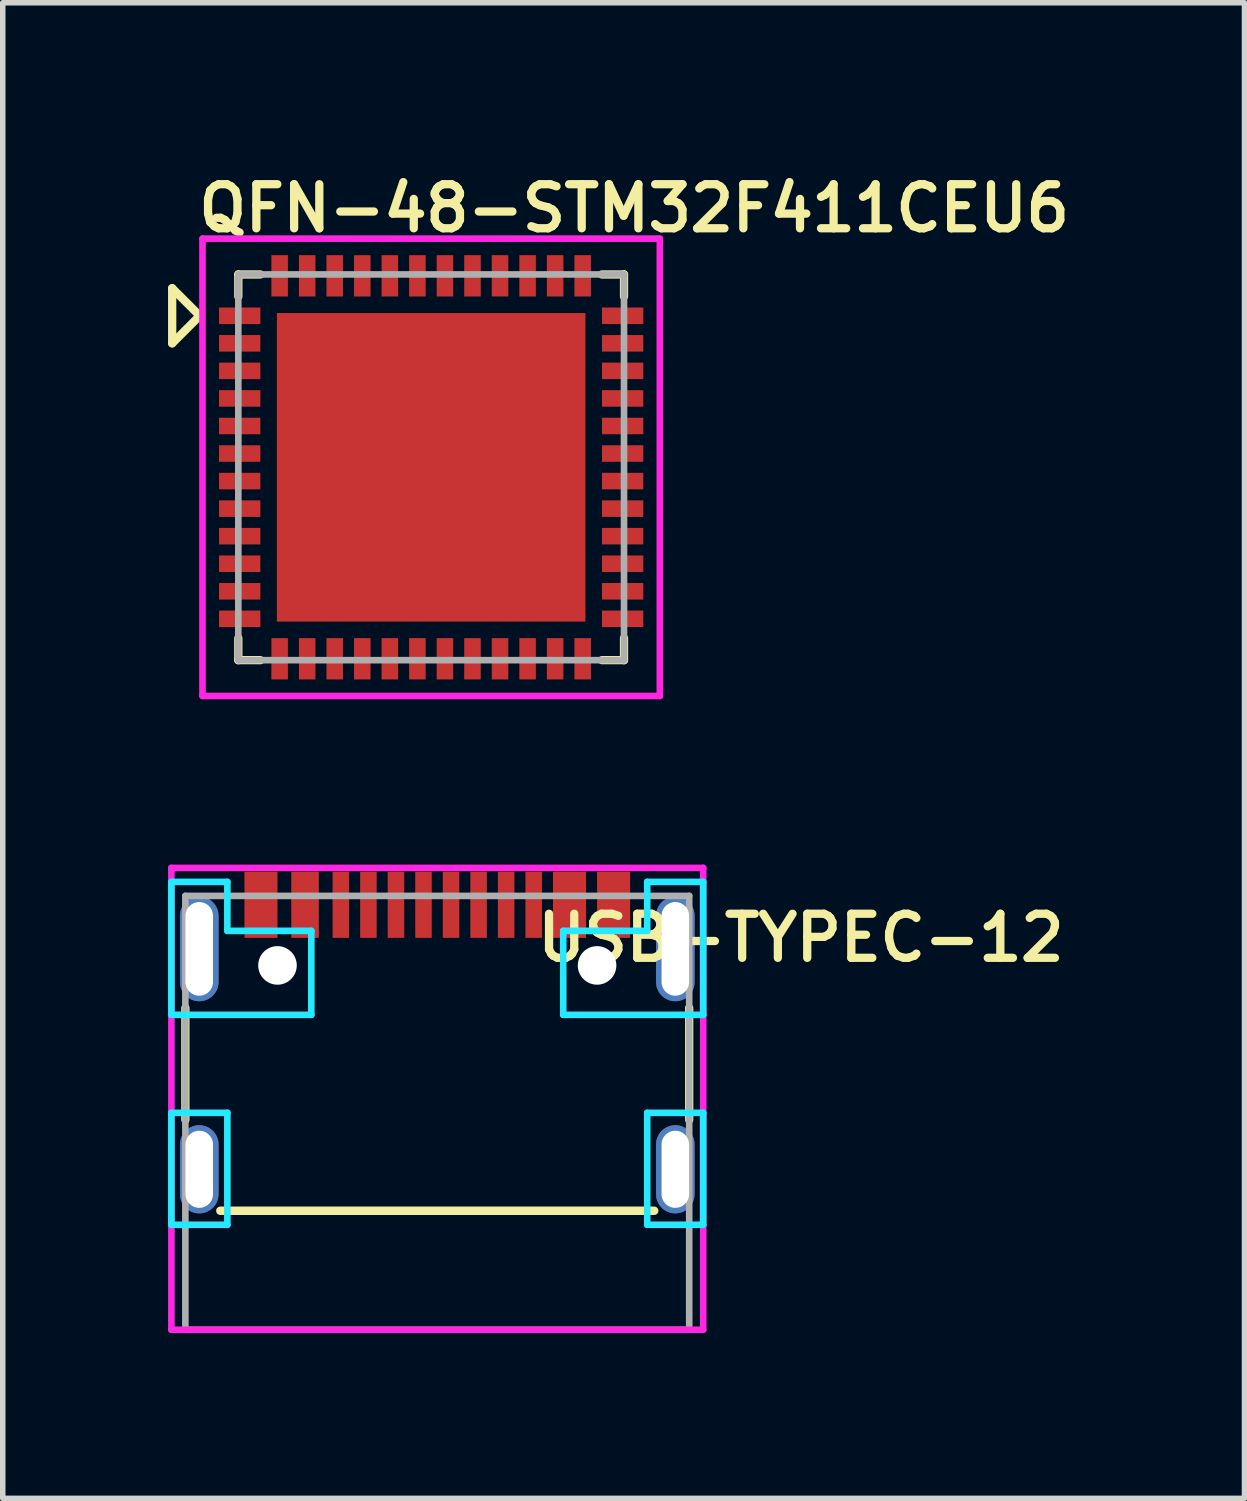
<source format=kicad_pcb>
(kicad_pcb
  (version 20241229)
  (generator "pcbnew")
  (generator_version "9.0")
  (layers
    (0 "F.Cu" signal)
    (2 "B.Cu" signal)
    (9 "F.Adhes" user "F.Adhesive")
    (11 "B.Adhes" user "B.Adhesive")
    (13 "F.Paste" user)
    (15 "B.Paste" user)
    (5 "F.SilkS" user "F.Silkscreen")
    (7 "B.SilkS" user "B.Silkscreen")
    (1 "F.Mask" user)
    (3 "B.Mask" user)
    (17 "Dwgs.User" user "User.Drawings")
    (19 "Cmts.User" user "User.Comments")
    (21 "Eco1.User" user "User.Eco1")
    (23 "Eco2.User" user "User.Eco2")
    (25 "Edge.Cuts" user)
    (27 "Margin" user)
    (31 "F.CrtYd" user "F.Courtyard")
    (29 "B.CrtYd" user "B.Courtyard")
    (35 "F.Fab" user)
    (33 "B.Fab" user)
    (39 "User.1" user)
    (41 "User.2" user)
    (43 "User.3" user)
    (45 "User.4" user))
  (footprint "QFN-48-STM32F411CEU6"
    (layer "F.Cu")
    (at 4.775 5.431)
    (property "Reference" "QFN-48-STM32F411CEU6" (at -4.3 -4.7 0) (layer "F.SilkS") (effects (font (size 0.8 0.8) (thickness 0.15)) (justify left)))
    (attr smd)
    (fp_line (start -4.7 -3.25) (end -4.7 -2.25) (stroke (width 0.15) (type solid)) (layer "F.SilkS"))
    (fp_line (start -4.2 -2.75) (end -4.7 -3.25) (stroke (width 0.15) (type solid)) (layer "F.SilkS"))
    (fp_line (start -4.2 -2.75) (end -4.7 -2.25) (stroke (width 0.15) (type solid)) (layer "F.SilkS"))
    (fp_line (start -3.5 -3.5) (end -3.1 -3.5) (stroke (width 0.15) (type solid)) (layer "F.SilkS"))
    (fp_line (start -3.5 -3.1) (end -3.5 -3.5) (stroke (width 0.15) (type solid)) (layer "F.SilkS"))
    (fp_line (start -3.5 3.5) (end -3.5 3.1) (stroke (width 0.15) (type solid)) (layer "F.SilkS"))
    (fp_line (start -3.1 3.5) (end -3.5 3.5) (stroke (width 0.15) (type solid)) (layer "F.SilkS"))
    (fp_line (start 3.1 -3.5) (end 3.5 -3.5) (stroke (width 0.15) (type solid)) (layer "F.SilkS"))
    (fp_line (start 3.5 -3.5) (end 3.5 -3.1) (stroke (width 0.15) (type solid)) (layer "F.SilkS"))
    (fp_line (start 3.5 3.1) (end 3.5 3.5) (stroke (width 0.15) (type solid)) (layer "F.SilkS"))
    (fp_line (start 3.5 3.5) (end 3.1 3.5) (stroke (width 0.15) (type solid)) (layer "F.SilkS"))
    (fp_poly (pts (xy -0.5 -0.5) (xy -0.5 -2.2) (xy -2.2 -2.2) (xy -2.2 -0.5)) (stroke (width 0.1) (type solid)) (fill yes) (layer "F.Paste"))
    (fp_poly (pts (xy -0.5 0.5) (xy -0.5 2.2) (xy -2.2 2.2) (xy -2.2 0.5)) (stroke (width 0.1) (type solid)) (fill yes) (layer "F.Paste"))
    (fp_poly (pts (xy 0.5 -0.5) (xy 0.5 -2.2) (xy 2.2 -2.2) (xy 2.2 -0.5)) (stroke (width 0.1) (type solid)) (fill yes) (layer "F.Paste"))
    (fp_poly (pts (xy 0.5 0.5) (xy 0.5 2.2) (xy 2.2 2.2) (xy 2.2 0.5)) (stroke (width 0.1) (type solid)) (fill yes) (layer "F.Paste"))
    (fp_line (start -4.15 -4.15) (end 4.15 -4.15) (stroke (width 0.12) (type solid)) (layer "F.CrtYd"))
    (fp_line (start -4.15 4.15) (end -4.15 -4.15) (stroke (width 0.12) (type solid)) (layer "F.CrtYd"))
    (fp_line (start 4.15 -4.15) (end 4.15 4.15) (stroke (width 0.12) (type solid)) (layer "F.CrtYd"))
    (fp_line (start 4.15 4.15) (end -4.15 4.15) (stroke (width 0.12) (type solid)) (layer "F.CrtYd"))
    (fp_line (start -3.5 -3.5) (end -3.5 3.5) (stroke (width 0.12) (type solid)) (layer "F.Fab"))
    (fp_line (start -3.5 3.5) (end 3.5 3.5) (stroke (width 0.12) (type solid)) (layer "F.Fab"))
    (fp_line (start 3.5 -3.5) (end -3.5 -3.5) (stroke (width 0.12) (type solid)) (layer "F.Fab"))
    (fp_line (start 3.5 3.5) (end 3.5 -3.5) (stroke (width 0.12) (type solid)) (layer "F.Fab"))
    (pad "1" smd rect (at -3.475 -2.75) (size 0.75 0.3) (layers "F.Cu" "F.Mask" "F.Paste"))
    (pad "2" smd rect (at -3.475 -2.25) (size 0.75 0.3) (layers "F.Cu" "F.Mask" "F.Paste"))
    (pad "3" smd rect (at -3.475 -1.75) (size 0.75 0.3) (layers "F.Cu" "F.Mask" "F.Paste"))
    (pad "4" smd rect (at -3.475 -1.25) (size 0.75 0.3) (layers "F.Cu" "F.Mask" "F.Paste"))
    (pad "5" smd rect (at -3.475 -0.75) (size 0.75 0.3) (layers "F.Cu" "F.Mask" "F.Paste"))
    (pad "6" smd rect (at -3.475 -0.25) (size 0.75 0.3) (layers "F.Cu" "F.Mask" "F.Paste"))
    (pad "7" smd rect (at -3.475 0.25) (size 0.75 0.3) (layers "F.Cu" "F.Mask" "F.Paste"))
    (pad "8" smd rect (at -3.475 0.75) (size 0.75 0.3) (layers "F.Cu" "F.Mask" "F.Paste"))
    (pad "9" smd rect (at -3.475 1.25) (size 0.75 0.3) (layers "F.Cu" "F.Mask" "F.Paste"))
    (pad "10" smd rect (at -3.475 1.75) (size 0.75 0.3) (layers "F.Cu" "F.Mask" "F.Paste"))
    (pad "11" smd rect (at -3.475 2.25) (size 0.75 0.3) (layers "F.Cu" "F.Mask" "F.Paste"))
    (pad "12" smd rect (at -3.475 2.75) (size 0.75 0.3) (layers "F.Cu" "F.Mask" "F.Paste"))
    (pad "13" smd rect (at -2.75 3.475 90) (size 0.75 0.3) (layers "F.Cu" "F.Mask" "F.Paste"))
    (pad "14" smd rect (at -2.25 3.475 90) (size 0.75 0.3) (layers "F.Cu" "F.Mask" "F.Paste"))
    (pad "15" smd rect (at -1.75 3.475 90) (size 0.75 0.3) (layers "F.Cu" "F.Mask" "F.Paste"))
    (pad "16" smd rect (at -1.25 3.475 90) (size 0.75 0.3) (layers "F.Cu" "F.Mask" "F.Paste"))
    (pad "17" smd rect (at -0.75 3.475 90) (size 0.75 0.3) (layers "F.Cu" "F.Mask" "F.Paste"))
    (pad "18" smd rect (at -0.25 3.475 90) (size 0.75 0.3) (layers "F.Cu" "F.Mask" "F.Paste"))
    (pad "19" smd rect (at 0.25 3.475 90) (size 0.75 0.3) (layers "F.Cu" "F.Mask" "F.Paste"))
    (pad "20" smd rect (at 0.75 3.475 90) (size 0.75 0.3) (layers "F.Cu" "F.Mask" "F.Paste"))
    (pad "21" smd rect (at 1.25 3.475 90) (size 0.75 0.3) (layers "F.Cu" "F.Mask" "F.Paste"))
    (pad "22" smd rect (at 1.75 3.475 90) (size 0.75 0.3) (layers "F.Cu" "F.Mask" "F.Paste"))
    (pad "23" smd rect (at 2.25 3.475 90) (size 0.75 0.3) (layers "F.Cu" "F.Mask" "F.Paste"))
    (pad "24" smd rect (at 2.75 3.475 90) (size 0.75 0.3) (layers "F.Cu" "F.Mask" "F.Paste"))
    (pad "25" smd rect (at 3.475 2.75 180) (size 0.75 0.3) (layers "F.Cu" "F.Mask" "F.Paste"))
    (pad "26" smd rect (at 3.475 2.25 180) (size 0.75 0.3) (layers "F.Cu" "F.Mask" "F.Paste"))
    (pad "27" smd rect (at 3.475 1.75 180) (size 0.75 0.3) (layers "F.Cu" "F.Mask" "F.Paste"))
    (pad "28" smd rect (at 3.475 1.25 180) (size 0.75 0.3) (layers "F.Cu" "F.Mask" "F.Paste"))
    (pad "29" smd rect (at 3.475 0.75 180) (size 0.75 0.3) (layers "F.Cu" "F.Mask" "F.Paste"))
    (pad "30" smd rect (at 3.475 0.25 180) (size 0.75 0.3) (layers "F.Cu" "F.Mask" "F.Paste"))
    (pad "31" smd rect (at 3.475 -0.25 180) (size 0.75 0.3) (layers "F.Cu" "F.Mask" "F.Paste"))
    (pad "32" smd rect (at 3.475 -0.75 180) (size 0.75 0.3) (layers "F.Cu" "F.Mask" "F.Paste"))
    (pad "33" smd rect (at 3.475 -1.25 180) (size 0.75 0.3) (layers "F.Cu" "F.Mask" "F.Paste"))
    (pad "34" smd rect (at 3.475 -1.75 180) (size 0.75 0.3) (layers "F.Cu" "F.Mask" "F.Paste"))
    (pad "35" smd rect (at 3.475 -2.25 180) (size 0.75 0.3) (layers "F.Cu" "F.Mask" "F.Paste"))
    (pad "36" smd rect (at 3.475 -2.75 180) (size 0.75 0.3) (layers "F.Cu" "F.Mask" "F.Paste"))
    (pad "37" smd rect (at 2.75 -3.475 270) (size 0.75 0.3) (layers "F.Cu" "F.Mask" "F.Paste"))
    (pad "38" smd rect (at 2.25 -3.475 270) (size 0.75 0.3) (layers "F.Cu" "F.Mask" "F.Paste"))
    (pad "39" smd rect (at 1.75 -3.475 270) (size 0.75 0.3) (layers "F.Cu" "F.Mask" "F.Paste"))
    (pad "40" smd rect (at 1.25 -3.475 270) (size 0.75 0.3) (layers "F.Cu" "F.Mask" "F.Paste"))
    (pad "41" smd rect (at 0.75 -3.475 270) (size 0.75 0.3) (layers "F.Cu" "F.Mask" "F.Paste"))
    (pad "42" smd rect (at 0.25 -3.475 270) (size 0.75 0.3) (layers "F.Cu" "F.Mask" "F.Paste"))
    (pad "43" smd rect (at -0.25 -3.475 270) (size 0.75 0.3) (layers "F.Cu" "F.Mask" "F.Paste"))
    (pad "44" smd rect (at -0.75 -3.475 270) (size 0.75 0.3) (layers "F.Cu" "F.Mask" "F.Paste"))
    (pad "45" smd rect (at -1.25 -3.475 270) (size 0.75 0.3) (layers "F.Cu" "F.Mask" "F.Paste"))
    (pad "46" smd rect (at -1.75 -3.475 270) (size 0.75 0.3) (layers "F.Cu" "F.Mask" "F.Paste"))
    (pad "47" smd rect (at -2.25 -3.475 270) (size 0.75 0.3) (layers "F.Cu" "F.Mask" "F.Paste"))
    (pad "48" smd rect (at -2.75 -3.475 270) (size 0.75 0.3) (layers "F.Cu" "F.Mask" "F.Paste"))
    (pad "49" smd rect (at 0 0) (size 5.6 5.6) (layers "F.Cu" "F.Mask")))
  (footprint "USB-TYPEC-12"
    (layer "F.Cu")
    (at 4.886 13.971)
    (property "Reference" "USB-TYPEC-12" (at 6.6 0 0) (layer "F.SilkS") (effects (font (size 0.8 0.8) (thickness 0.15))))
    (attr through_hole)
    (fp_line (start -4.572 1.27) (end -4.572 3.302) (stroke (width 0.15) (type solid)) (layer "F.SilkS"))
    (fp_line (start -3.937 4.953) (end 3.937 4.953) (stroke (width 0.153) (type solid)) (layer "F.SilkS"))
    (fp_line (start 4.572 3.302) (end 4.572 1.27) (stroke (width 0.15) (type solid)) (layer "F.SilkS"))
    (fp_line (start -4.826 -1.016) (end -3.81 -1.016) (stroke (width 0.12) (type solid)) (layer "B.CrtYd"))
    (fp_line (start -4.826 1.397) (end -4.826 -1.016) (stroke (width 0.12) (type solid)) (layer "B.CrtYd"))
    (fp_line (start -4.826 3.175) (end -3.81 3.175) (stroke (width 0.12) (type solid)) (layer "B.CrtYd"))
    (fp_line (start -4.826 5.207) (end -4.826 3.175) (stroke (width 0.12) (type solid)) (layer "B.CrtYd"))
    (fp_line (start -3.81 -1.016) (end -3.81 -0.127) (stroke (width 0.12) (type solid)) (layer "B.CrtYd"))
    (fp_line (start -3.81 -0.127) (end -2.286 -0.127) (stroke (width 0.12) (type solid)) (layer "B.CrtYd"))
    (fp_line (start -3.81 3.175) (end -3.81 5.207) (stroke (width 0.12) (type solid)) (layer "B.CrtYd"))
    (fp_line (start -3.81 5.207) (end -4.826 5.207) (stroke (width 0.12) (type solid)) (layer "B.CrtYd"))
    (fp_line (start -2.286 -0.127) (end -2.286 1.397) (stroke (width 0.12) (type solid)) (layer "B.CrtYd"))
    (fp_line (start -2.286 1.397) (end -4.826 1.397) (stroke (width 0.12) (type solid)) (layer "B.CrtYd"))
    (fp_line (start 2.286 -0.127) (end 2.286 1.397) (stroke (width 0.12) (type solid)) (layer "B.CrtYd"))
    (fp_line (start 2.286 1.397) (end 4.826 1.397) (stroke (width 0.12) (type solid)) (layer "B.CrtYd"))
    (fp_line (start 3.81 -1.016) (end 3.81 -0.127) (stroke (width 0.12) (type solid)) (layer "B.CrtYd"))
    (fp_line (start 3.81 -0.127) (end 2.286 -0.127) (stroke (width 0.12) (type solid)) (layer "B.CrtYd"))
    (fp_line (start 3.81 3.175) (end 4.826 3.175) (stroke (width 0.12) (type solid)) (layer "B.CrtYd"))
    (fp_line (start 3.81 5.207) (end 3.81 3.175) (stroke (width 0.12) (type solid)) (layer "B.CrtYd"))
    (fp_line (start 4.826 -1.016) (end 3.81 -1.016) (stroke (width 0.12) (type solid)) (layer "B.CrtYd"))
    (fp_line (start 4.826 -1.016) (end 4.826 1.397) (stroke (width 0.12) (type solid)) (layer "B.CrtYd"))
    (fp_line (start 4.826 3.175) (end 4.826 5.207) (stroke (width 0.12) (type solid)) (layer "B.CrtYd"))
    (fp_line (start 4.826 5.207) (end 3.81 5.207) (stroke (width 0.12) (type solid)) (layer "B.CrtYd"))
    (fp_line (start -4.826 -1.27) (end 4.826 -1.27) (stroke (width 0.12) (type solid)) (layer "F.CrtYd"))
    (fp_line (start -4.826 7.112) (end -4.826 -1.27) (stroke (width 0.12) (type solid)) (layer "F.CrtYd"))
    (fp_line (start 4.826 -1.27) (end 4.826 7.112) (stroke (width 0.12) (type solid)) (layer "F.CrtYd"))
    (fp_line (start 4.826 7.112) (end -4.826 7.112) (stroke (width 0.12) (type solid)) (layer "F.CrtYd"))
    (fp_line (start -4.572 -0.762) (end -4.572 7.112) (stroke (width 0.12) (type solid)) (layer "F.Fab"))
    (fp_line (start -4.572 7.112) (end 4.572 7.112) (stroke (width 0.12) (type solid)) (layer "F.Fab"))
    (fp_line (start 4.572 -0.762) (end -4.572 -0.762) (stroke (width 0.12) (type solid)) (layer "F.Fab"))
    (fp_line (start 4.572 -0.762) (end 4.572 7.112) (stroke (width 0.12) (type solid)) (layer "F.Fab"))
    (pad "" np_thru_hole circle (at -2.9 0.5) (size 0.7 0.7) (drill 0.7) (layers "*.Cu" "*.Mask"))
    (pad "" np_thru_hole circle (at 2.9 0.5 180) (size 0.7 0.7) (drill 0.7) (layers "*.Cu" "*.Mask"))
    (pad "1" smd rect (at -3.2 -0.6) (size 0.6 1.2) (layers "F.Cu" "F.Mask" "F.Paste"))
    (pad "2" smd rect (at -2.4 -0.6) (size 0.5 1.2) (layers "F.Cu" "F.Mask" "F.Paste"))
    (pad "3" smd rect (at -1.75 -0.6) (size 0.3 1.2) (layers "F.Cu" "F.Mask" "F.Paste"))
    (pad "4" smd rect (at -1.25 -0.6) (size 0.3 1.2) (layers "F.Cu" "F.Mask" "F.Paste"))
    (pad "5" smd rect (at -0.75 -0.6) (size 0.3 1.2) (layers "F.Cu" "F.Mask" "F.Paste"))
    (pad "6" smd rect (at -0.25 -0.6) (size 0.3 1.2) (layers "F.Cu" "F.Mask" "F.Paste"))
    (pad "7" smd rect (at 0.25 -0.6) (size 0.3 1.2) (layers "F.Cu" "F.Mask" "F.Paste"))
    (pad "8" smd rect (at 0.75 -0.6) (size 0.3 1.2) (layers "F.Cu" "F.Mask" "F.Paste"))
    (pad "9" smd rect (at 1.25 -0.6) (size 0.3 1.2) (layers "F.Cu" "F.Mask" "F.Paste"))
    (pad "10" smd rect (at 1.75 -0.6) (size 0.3 1.2) (layers "F.Cu" "F.Mask" "F.Paste"))
    (pad "11" smd rect (at 2.4 -0.6 180) (size 0.6 1.2) (layers "F.Cu" "F.Mask" "F.Paste"))
    (pad "12" smd rect (at 3.2 -0.6 180) (size 0.6 1.2) (layers "F.Cu" "F.Mask" "F.Paste"))
    (pad "13" thru_hole oval (at -4.32 0.2) (size 0.7 1.9) (drill oval 0.5 1.7) (layers "*.Cu" "*.Mask"))
    (pad "14" thru_hole oval (at -4.32 4.2) (size 0.7 1.6) (drill oval 0.5 1.4) (layers "*.Cu" "*.Mask"))
    (pad "15" thru_hole oval (at 4.32 4.2 180) (size 0.7 1.6) (drill oval 0.5 1.4) (layers "*.Cu" "*.Mask"))
    (pad "16" thru_hole oval (at 4.32 0.2) (size 0.7 1.9) (drill oval 0.5 1.7) (layers "*.Cu" "*.Mask")))
  (gr_rect
    (start -3 -3)
    (end 19.536 24.143)
    (stroke (width 0.1) (type default))
    (fill no)
    (layer "Edge.Cuts")))
</source>
